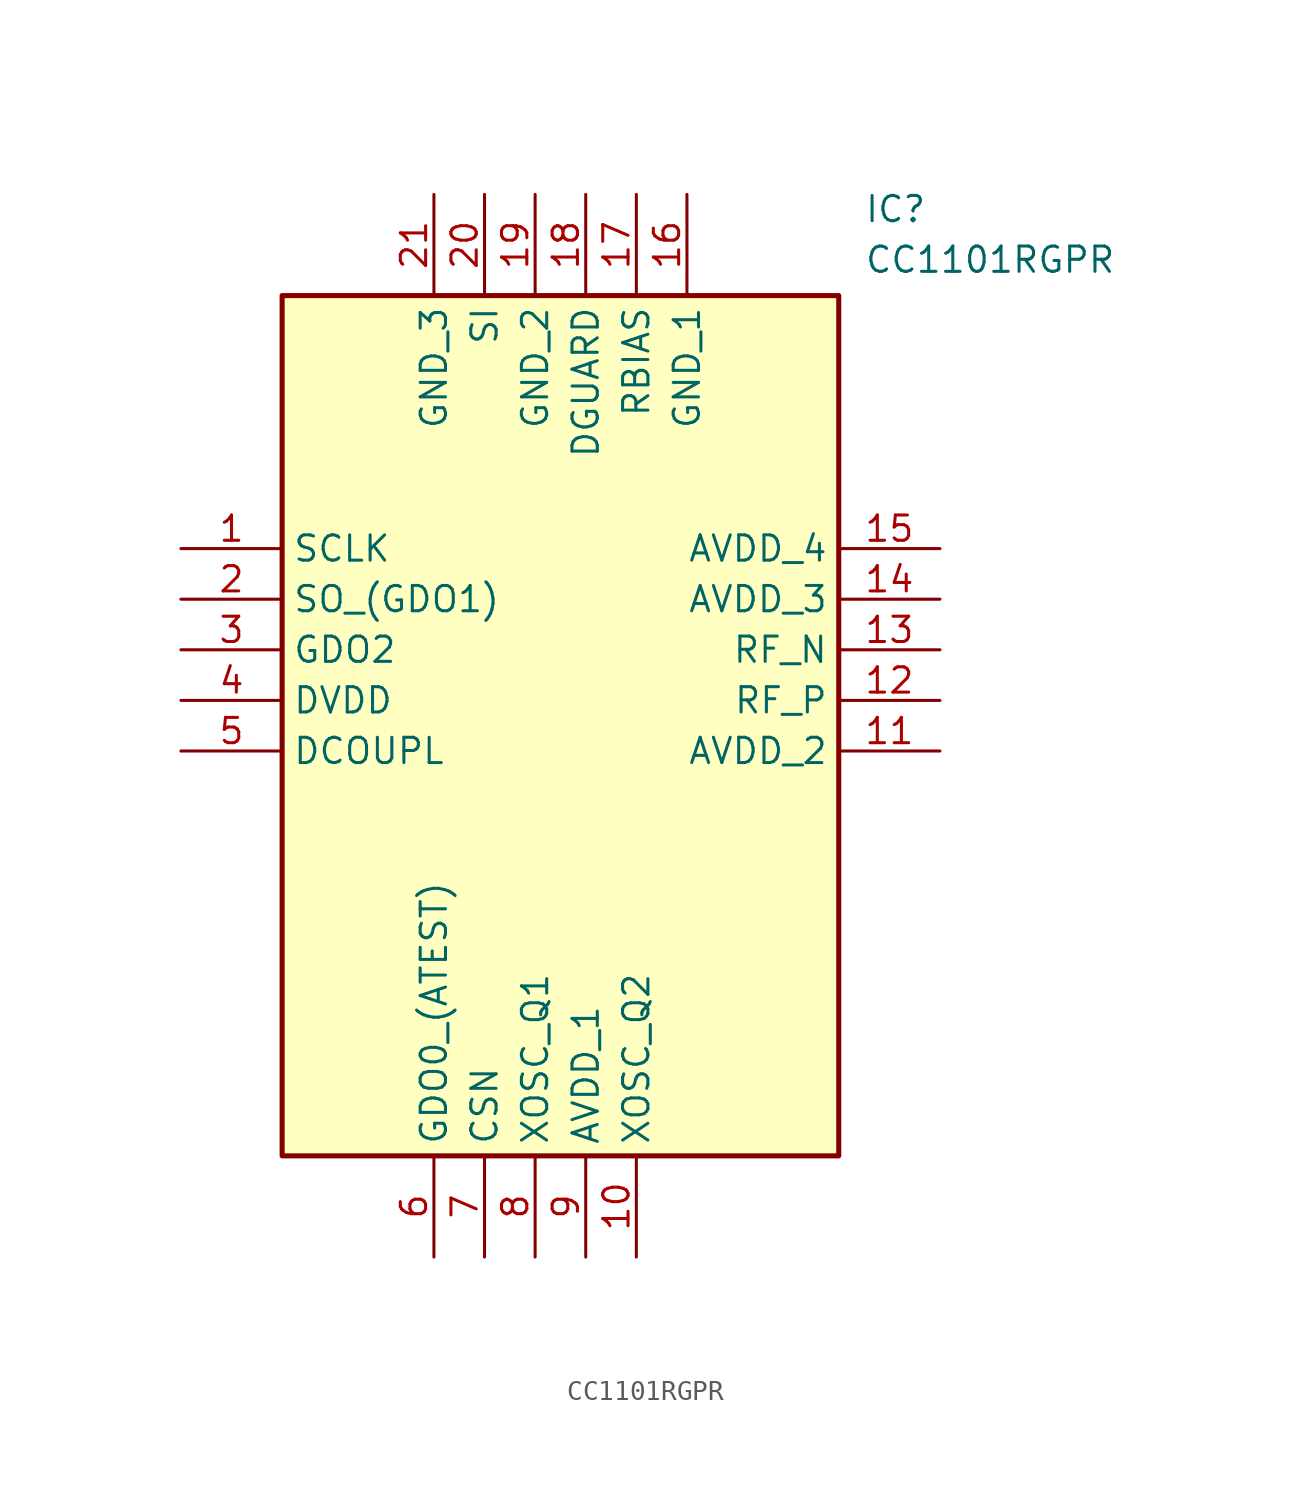
<source format=kicad_sym>
(kicad_symbol_lib
  (version 20241209)
  (generator "kicad_symbol_editor")
  (generator_version "9.0")
  (symbol "CC1101RGPR"
    (property "Reference" "IC"
      (at 34.29 17.78 0)
      (effects (font (size 1.27 1.27)) (justify left top)))
    (property "Value" "CC1101RGPR"
      (at 34.29 15.24 0)
      (effects (font (size 1.27 1.27)) (justify left top)))
    (symbol "CC1101RGPR_1_1"
      (rectangle (start 5.08 12.7) (end 33.02 -30.48) (stroke (width 0.254) (type default)) (fill (type background)))
      (pin passive line (at 0 0 0) (length 5.08) (name "SCLK" (effects (font (size 1.27 1.27)))) (number "1" (effects (font (size 1.27 1.27)))))
      (pin passive line (at 0 -2.54 0) (length 5.08) (name "SO_(GDO1)" (effects (font (size 1.27 1.27)))) (number "2" (effects (font (size 1.27 1.27)))))
      (pin passive line (at 0 -5.08 0) (length 5.08) (name "GDO2" (effects (font (size 1.27 1.27)))) (number "3" (effects (font (size 1.27 1.27)))))
      (pin passive line (at 0 -7.62 0) (length 5.08) (name "DVDD" (effects (font (size 1.27 1.27)))) (number "4" (effects (font (size 1.27 1.27)))))
      (pin passive line (at 0 -10.16 0) (length 5.08) (name "DCOUPL" (effects (font (size 1.27 1.27)))) (number "5" (effects (font (size 1.27 1.27)))))
      (pin passive line (at 12.7 17.78 270) (length 5.08) (name "GND_3" (effects (font (size 1.27 1.27)))) (number "21" (effects (font (size 1.27 1.27)))))
      (pin passive line (at 12.7 -35.56 90) (length 5.08) (name "GDO0_(ATEST)" (effects (font (size 1.27 1.27)))) (number "6" (effects (font (size 1.27 1.27)))))
      (pin passive line (at 15.24 17.78 270) (length 5.08) (name "SI" (effects (font (size 1.27 1.27)))) (number "20" (effects (font (size 1.27 1.27)))))
      (pin passive line (at 15.24 -35.56 90) (length 5.08) (name "CSN" (effects (font (size 1.27 1.27)))) (number "7" (effects (font (size 1.27 1.27)))))
      (pin passive line (at 17.78 17.78 270) (length 5.08) (name "GND_2" (effects (font (size 1.27 1.27)))) (number "19" (effects (font (size 1.27 1.27)))))
      (pin passive line (at 17.78 -35.56 90) (length 5.08) (name "XOSC_Q1" (effects (font (size 1.27 1.27)))) (number "8" (effects (font (size 1.27 1.27)))))
      (pin passive line (at 20.32 17.78 270) (length 5.08) (name "DGUARD" (effects (font (size 1.27 1.27)))) (number "18" (effects (font (size 1.27 1.27)))))
      (pin passive line (at 20.32 -35.56 90) (length 5.08) (name "AVDD_1" (effects (font (size 1.27 1.27)))) (number "9" (effects (font (size 1.27 1.27)))))
      (pin passive line (at 22.86 17.78 270) (length 5.08) (name "RBIAS" (effects (font (size 1.27 1.27)))) (number "17" (effects (font (size 1.27 1.27)))))
      (pin passive line (at 22.86 -35.56 90) (length 5.08) (name "XOSC_Q2" (effects (font (size 1.27 1.27)))) (number "10" (effects (font (size 1.27 1.27)))))
      (pin passive line (at 25.4 17.78 270) (length 5.08) (name "GND_1" (effects (font (size 1.27 1.27)))) (number "16" (effects (font (size 1.27 1.27)))))
      (pin passive line (at 38.1 0 180) (length 5.08) (name "AVDD_4" (effects (font (size 1.27 1.27)))) (number "15" (effects (font (size 1.27 1.27)))))
      (pin passive line (at 38.1 -2.54 180) (length 5.08) (name "AVDD_3" (effects (font (size 1.27 1.27)))) (number "14" (effects (font (size 1.27 1.27)))))
      (pin passive line (at 38.1 -5.08 180) (length 5.08) (name "RF_N" (effects (font (size 1.27 1.27)))) (number "13" (effects (font (size 1.27 1.27)))))
      (pin passive line (at 38.1 -7.62 180) (length 5.08) (name "RF_P" (effects (font (size 1.27 1.27)))) (number "12" (effects (font (size 1.27 1.27)))))
      (pin passive line (at 38.1 -10.16 180) (length 5.08) (name "AVDD_2" (effects (font (size 1.27 1.27)))) (number "11" (effects (font (size 1.27 1.27))))))))
</source>
